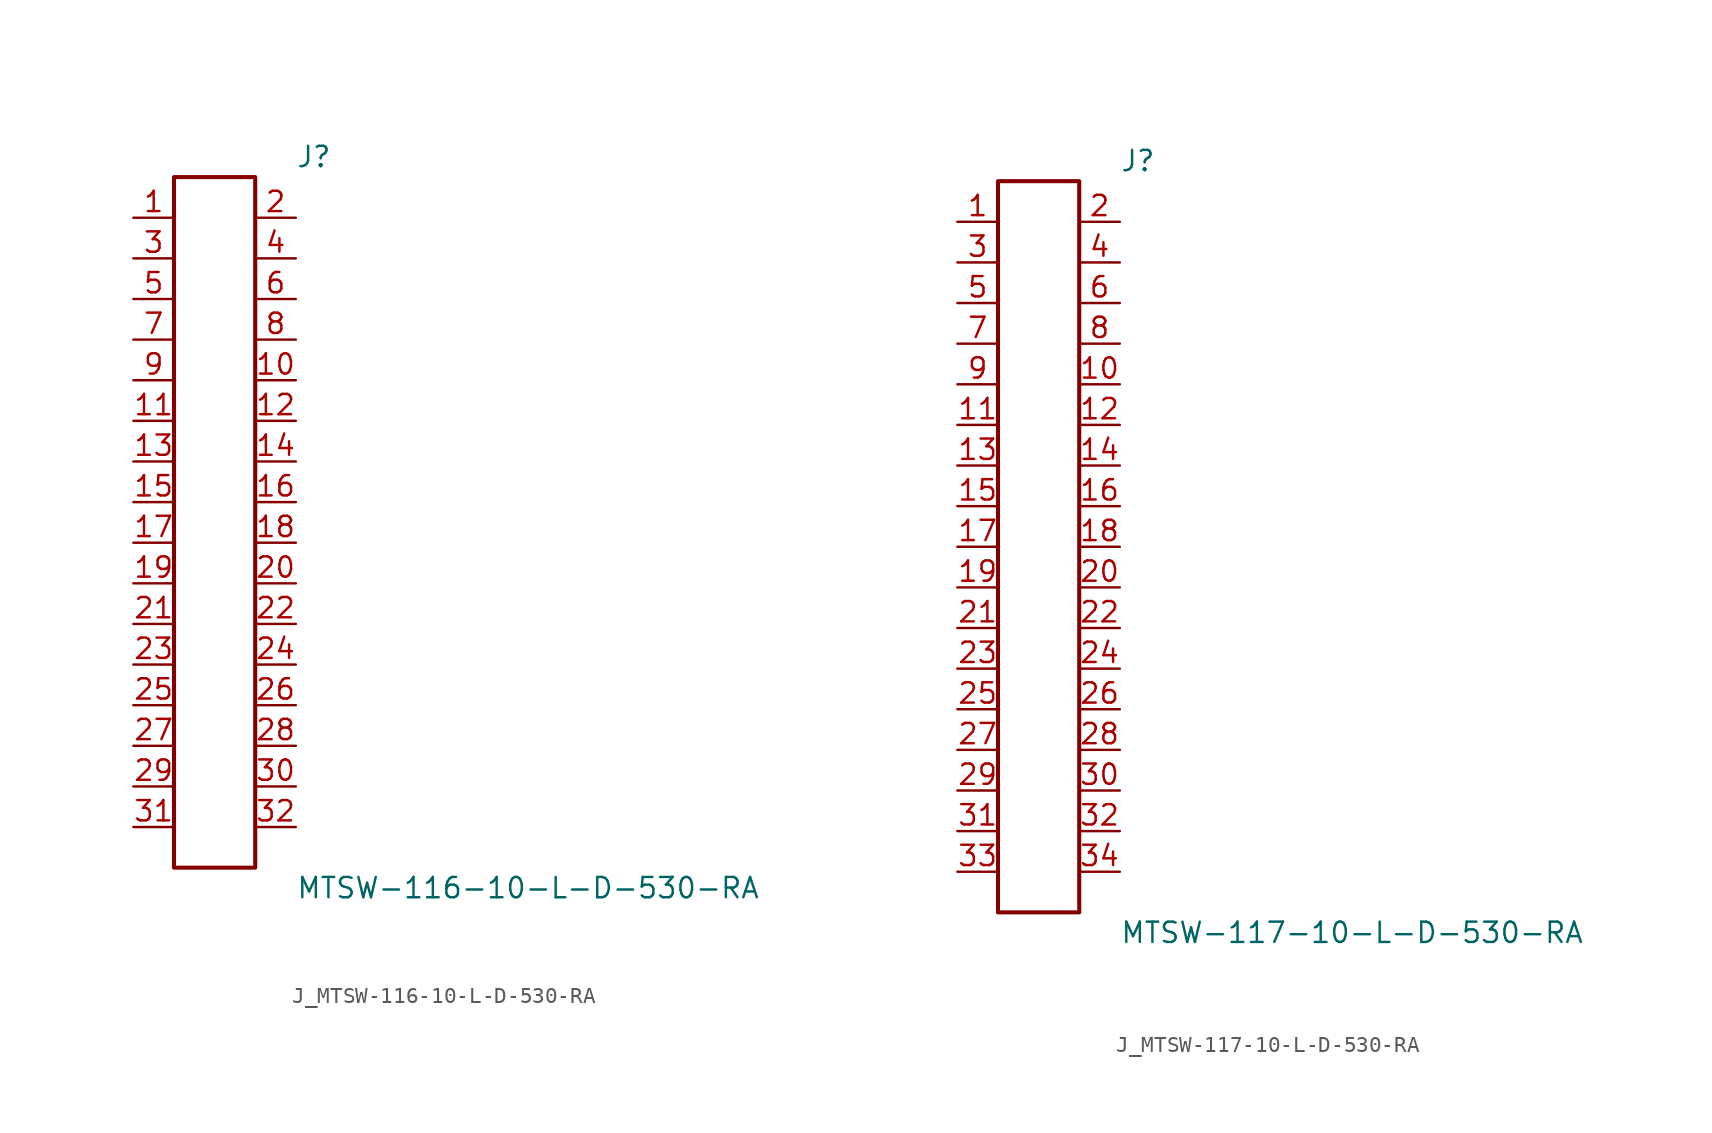
<source format=kicad_sym>
(kicad_symbol_lib
  (version 20231120)
  (generator kicad_symbol_editor)
  (generator_version 8.0)
  (symbol "J_MTSW-116-10-L-D-530-RA"
    (pin_names
      (offset 0.254))
    (property "Reference" "J"
      (at 5.08 22.86 0)
      (effects (font (size 1.27 1.27)) (justify left)))
    (property "Value" "MTSW-116-10-L-D-530-RA"
      (at 5.08 -22.86 0)
      (effects (font (size 1.27 1.27)) (justify left)))
    (symbol "J_MTSW-116-10-L-D-530-RA_0_0"
      (pin passive line (at -5.08 19.05 0) (length 2.54) (name "" (effects (font (size 1.27 1.27)))) (number "1" (effects (font (size 1.27 1.27)))))
      (pin passive line (at 5.08 19.05 180) (length 2.54) (name "" (effects (font (size 1.27 1.27)))) (number "2" (effects (font (size 1.27 1.27)))))
      (pin passive line (at -5.08 16.51 0) (length 2.54) (name "" (effects (font (size 1.27 1.27)))) (number "3" (effects (font (size 1.27 1.27)))))
      (pin passive line (at 5.08 16.51 180) (length 2.54) (name "" (effects (font (size 1.27 1.27)))) (number "4" (effects (font (size 1.27 1.27)))))
      (pin passive line (at -5.08 13.97 0) (length 2.54) (name "" (effects (font (size 1.27 1.27)))) (number "5" (effects (font (size 1.27 1.27)))))
      (pin passive line (at 5.08 13.97 180) (length 2.54) (name "" (effects (font (size 1.27 1.27)))) (number "6" (effects (font (size 1.27 1.27)))))
      (pin passive line (at -5.08 11.43 0) (length 2.54) (name "" (effects (font (size 1.27 1.27)))) (number "7" (effects (font (size 1.27 1.27)))))
      (pin passive line (at 5.08 11.43 180) (length 2.54) (name "" (effects (font (size 1.27 1.27)))) (number "8" (effects (font (size 1.27 1.27)))))
      (pin passive line (at -5.08 8.89 0) (length 2.54) (name "" (effects (font (size 1.27 1.27)))) (number "9" (effects (font (size 1.27 1.27)))))
      (pin passive line (at 5.08 8.89 180) (length 2.54) (name "" (effects (font (size 1.27 1.27)))) (number "10" (effects (font (size 1.27 1.27)))))
      (pin passive line (at -5.08 6.35 0) (length 2.54) (name "" (effects (font (size 1.27 1.27)))) (number "11" (effects (font (size 1.27 1.27)))))
      (pin passive line (at 5.08 6.35 180) (length 2.54) (name "" (effects (font (size 1.27 1.27)))) (number "12" (effects (font (size 1.27 1.27)))))
      (pin passive line (at -5.08 3.81 0) (length 2.54) (name "" (effects (font (size 1.27 1.27)))) (number "13" (effects (font (size 1.27 1.27)))))
      (pin passive line (at 5.08 3.81 180) (length 2.54) (name "" (effects (font (size 1.27 1.27)))) (number "14" (effects (font (size 1.27 1.27)))))
      (pin passive line (at -5.08 1.27 0) (length 2.54) (name "" (effects (font (size 1.27 1.27)))) (number "15" (effects (font (size 1.27 1.27)))))
      (pin passive line (at 5.08 1.27 180) (length 2.54) (name "" (effects (font (size 1.27 1.27)))) (number "16" (effects (font (size 1.27 1.27)))))
      (pin passive line (at -5.08 -1.27 0) (length 2.54) (name "" (effects (font (size 1.27 1.27)))) (number "17" (effects (font (size 1.27 1.27)))))
      (pin passive line (at 5.08 -1.27 180) (length 2.54) (name "" (effects (font (size 1.27 1.27)))) (number "18" (effects (font (size 1.27 1.27)))))
      (pin passive line (at -5.08 -3.81 0) (length 2.54) (name "" (effects (font (size 1.27 1.27)))) (number "19" (effects (font (size 1.27 1.27)))))
      (pin passive line (at 5.08 -3.81 180) (length 2.54) (name "" (effects (font (size 1.27 1.27)))) (number "20" (effects (font (size 1.27 1.27)))))
      (pin passive line (at -5.08 -6.35 0) (length 2.54) (name "" (effects (font (size 1.27 1.27)))) (number "21" (effects (font (size 1.27 1.27)))))
      (pin passive line (at 5.08 -6.35 180) (length 2.54) (name "" (effects (font (size 1.27 1.27)))) (number "22" (effects (font (size 1.27 1.27)))))
      (pin passive line (at -5.08 -8.89 0) (length 2.54) (name "" (effects (font (size 1.27 1.27)))) (number "23" (effects (font (size 1.27 1.27)))))
      (pin passive line (at 5.08 -8.89 180) (length 2.54) (name "" (effects (font (size 1.27 1.27)))) (number "24" (effects (font (size 1.27 1.27)))))
      (pin passive line (at -5.08 -11.43 0) (length 2.54) (name "" (effects (font (size 1.27 1.27)))) (number "25" (effects (font (size 1.27 1.27)))))
      (pin passive line (at 5.08 -11.43 180) (length 2.54) (name "" (effects (font (size 1.27 1.27)))) (number "26" (effects (font (size 1.27 1.27)))))
      (pin passive line (at -5.08 -13.97 0) (length 2.54) (name "" (effects (font (size 1.27 1.27)))) (number "27" (effects (font (size 1.27 1.27)))))
      (pin passive line (at 5.08 -13.97 180) (length 2.54) (name "" (effects (font (size 1.27 1.27)))) (number "28" (effects (font (size 1.27 1.27)))))
      (pin passive line (at -5.08 -16.51 0) (length 2.54) (name "" (effects (font (size 1.27 1.27)))) (number "29" (effects (font (size 1.27 1.27)))))
      (pin passive line (at 5.08 -16.51 180) (length 2.54) (name "" (effects (font (size 1.27 1.27)))) (number "30" (effects (font (size 1.27 1.27)))))
      (pin passive line (at -5.08 -19.05 0) (length 2.54) (name "" (effects (font (size 1.27 1.27)))) (number "31" (effects (font (size 1.27 1.27)))))
      (pin passive line (at 5.08 -19.05 180) (length 2.54) (name "" (effects (font (size 1.27 1.27)))) (number "32" (effects (font (size 1.27 1.27))))))
    (symbol "J_MTSW-116-10-L-D-530-RA_1_0"
      (rectangle (start -2.54 21.59) (end 2.54 -21.59) (stroke (width 0.254) (type solid)) (fill (type none)))))
  (symbol "J_MTSW-117-10-L-D-530-RA"
    (pin_names
      (offset 0.254))
    (property "Reference" "J"
      (at 5.08 24.13 0)
      (effects (font (size 1.27 1.27)) (justify left)))
    (property "Value" "MTSW-117-10-L-D-530-RA"
      (at 5.08 -24.13 0)
      (effects (font (size 1.27 1.27)) (justify left)))
    (symbol "J_MTSW-117-10-L-D-530-RA_0_0"
      (pin passive line (at -5.08 20.32 0) (length 2.54) (name "" (effects (font (size 1.27 1.27)))) (number "1" (effects (font (size 1.27 1.27)))))
      (pin passive line (at 5.08 20.32 180) (length 2.54) (name "" (effects (font (size 1.27 1.27)))) (number "2" (effects (font (size 1.27 1.27)))))
      (pin passive line (at -5.08 17.78 0) (length 2.54) (name "" (effects (font (size 1.27 1.27)))) (number "3" (effects (font (size 1.27 1.27)))))
      (pin passive line (at 5.08 17.78 180) (length 2.54) (name "" (effects (font (size 1.27 1.27)))) (number "4" (effects (font (size 1.27 1.27)))))
      (pin passive line (at -5.08 15.24 0) (length 2.54) (name "" (effects (font (size 1.27 1.27)))) (number "5" (effects (font (size 1.27 1.27)))))
      (pin passive line (at 5.08 15.24 180) (length 2.54) (name "" (effects (font (size 1.27 1.27)))) (number "6" (effects (font (size 1.27 1.27)))))
      (pin passive line (at -5.08 12.7 0) (length 2.54) (name "" (effects (font (size 1.27 1.27)))) (number "7" (effects (font (size 1.27 1.27)))))
      (pin passive line (at 5.08 12.7 180) (length 2.54) (name "" (effects (font (size 1.27 1.27)))) (number "8" (effects (font (size 1.27 1.27)))))
      (pin passive line (at -5.08 10.16 0) (length 2.54) (name "" (effects (font (size 1.27 1.27)))) (number "9" (effects (font (size 1.27 1.27)))))
      (pin passive line (at 5.08 10.16 180) (length 2.54) (name "" (effects (font (size 1.27 1.27)))) (number "10" (effects (font (size 1.27 1.27)))))
      (pin passive line (at -5.08 7.62 0) (length 2.54) (name "" (effects (font (size 1.27 1.27)))) (number "11" (effects (font (size 1.27 1.27)))))
      (pin passive line (at 5.08 7.62 180) (length 2.54) (name "" (effects (font (size 1.27 1.27)))) (number "12" (effects (font (size 1.27 1.27)))))
      (pin passive line (at -5.08 5.08 0) (length 2.54) (name "" (effects (font (size 1.27 1.27)))) (number "13" (effects (font (size 1.27 1.27)))))
      (pin passive line (at 5.08 5.08 180) (length 2.54) (name "" (effects (font (size 1.27 1.27)))) (number "14" (effects (font (size 1.27 1.27)))))
      (pin passive line (at -5.08 2.54 0) (length 2.54) (name "" (effects (font (size 1.27 1.27)))) (number "15" (effects (font (size 1.27 1.27)))))
      (pin passive line (at 5.08 2.54 180) (length 2.54) (name "" (effects (font (size 1.27 1.27)))) (number "16" (effects (font (size 1.27 1.27)))))
      (pin passive line (at -5.08 0.0 0) (length 2.54) (name "" (effects (font (size 1.27 1.27)))) (number "17" (effects (font (size 1.27 1.27)))))
      (pin passive line (at 5.08 0.0 180) (length 2.54) (name "" (effects (font (size 1.27 1.27)))) (number "18" (effects (font (size 1.27 1.27)))))
      (pin passive line (at -5.08 -2.54 0) (length 2.54) (name "" (effects (font (size 1.27 1.27)))) (number "19" (effects (font (size 1.27 1.27)))))
      (pin passive line (at 5.08 -2.54 180) (length 2.54) (name "" (effects (font (size 1.27 1.27)))) (number "20" (effects (font (size 1.27 1.27)))))
      (pin passive line (at -5.08 -5.08 0) (length 2.54) (name "" (effects (font (size 1.27 1.27)))) (number "21" (effects (font (size 1.27 1.27)))))
      (pin passive line (at 5.08 -5.08 180) (length 2.54) (name "" (effects (font (size 1.27 1.27)))) (number "22" (effects (font (size 1.27 1.27)))))
      (pin passive line (at -5.08 -7.62 0) (length 2.54) (name "" (effects (font (size 1.27 1.27)))) (number "23" (effects (font (size 1.27 1.27)))))
      (pin passive line (at 5.08 -7.62 180) (length 2.54) (name "" (effects (font (size 1.27 1.27)))) (number "24" (effects (font (size 1.27 1.27)))))
      (pin passive line (at -5.08 -10.16 0) (length 2.54) (name "" (effects (font (size 1.27 1.27)))) (number "25" (effects (font (size 1.27 1.27)))))
      (pin passive line (at 5.08 -10.16 180) (length 2.54) (name "" (effects (font (size 1.27 1.27)))) (number "26" (effects (font (size 1.27 1.27)))))
      (pin passive line (at -5.08 -12.7 0) (length 2.54) (name "" (effects (font (size 1.27 1.27)))) (number "27" (effects (font (size 1.27 1.27)))))
      (pin passive line (at 5.08 -12.7 180) (length 2.54) (name "" (effects (font (size 1.27 1.27)))) (number "28" (effects (font (size 1.27 1.27)))))
      (pin passive line (at -5.08 -15.24 0) (length 2.54) (name "" (effects (font (size 1.27 1.27)))) (number "29" (effects (font (size 1.27 1.27)))))
      (pin passive line (at 5.08 -15.24 180) (length 2.54) (name "" (effects (font (size 1.27 1.27)))) (number "30" (effects (font (size 1.27 1.27)))))
      (pin passive line (at -5.08 -17.78 0) (length 2.54) (name "" (effects (font (size 1.27 1.27)))) (number "31" (effects (font (size 1.27 1.27)))))
      (pin passive line (at 5.08 -17.78 180) (length 2.54) (name "" (effects (font (size 1.27 1.27)))) (number "32" (effects (font (size 1.27 1.27)))))
      (pin passive line (at -5.08 -20.32 0) (length 2.54) (name "" (effects (font (size 1.27 1.27)))) (number "33" (effects (font (size 1.27 1.27)))))
      (pin passive line (at 5.08 -20.32 180) (length 2.54) (name "" (effects (font (size 1.27 1.27)))) (number "34" (effects (font (size 1.27 1.27))))))
    (symbol "J_MTSW-117-10-L-D-530-RA_1_0"
      (rectangle (start -2.54 22.86) (end 2.54 -22.86) (stroke (width 0.254) (type solid)) (fill (type none))))))
</source>
